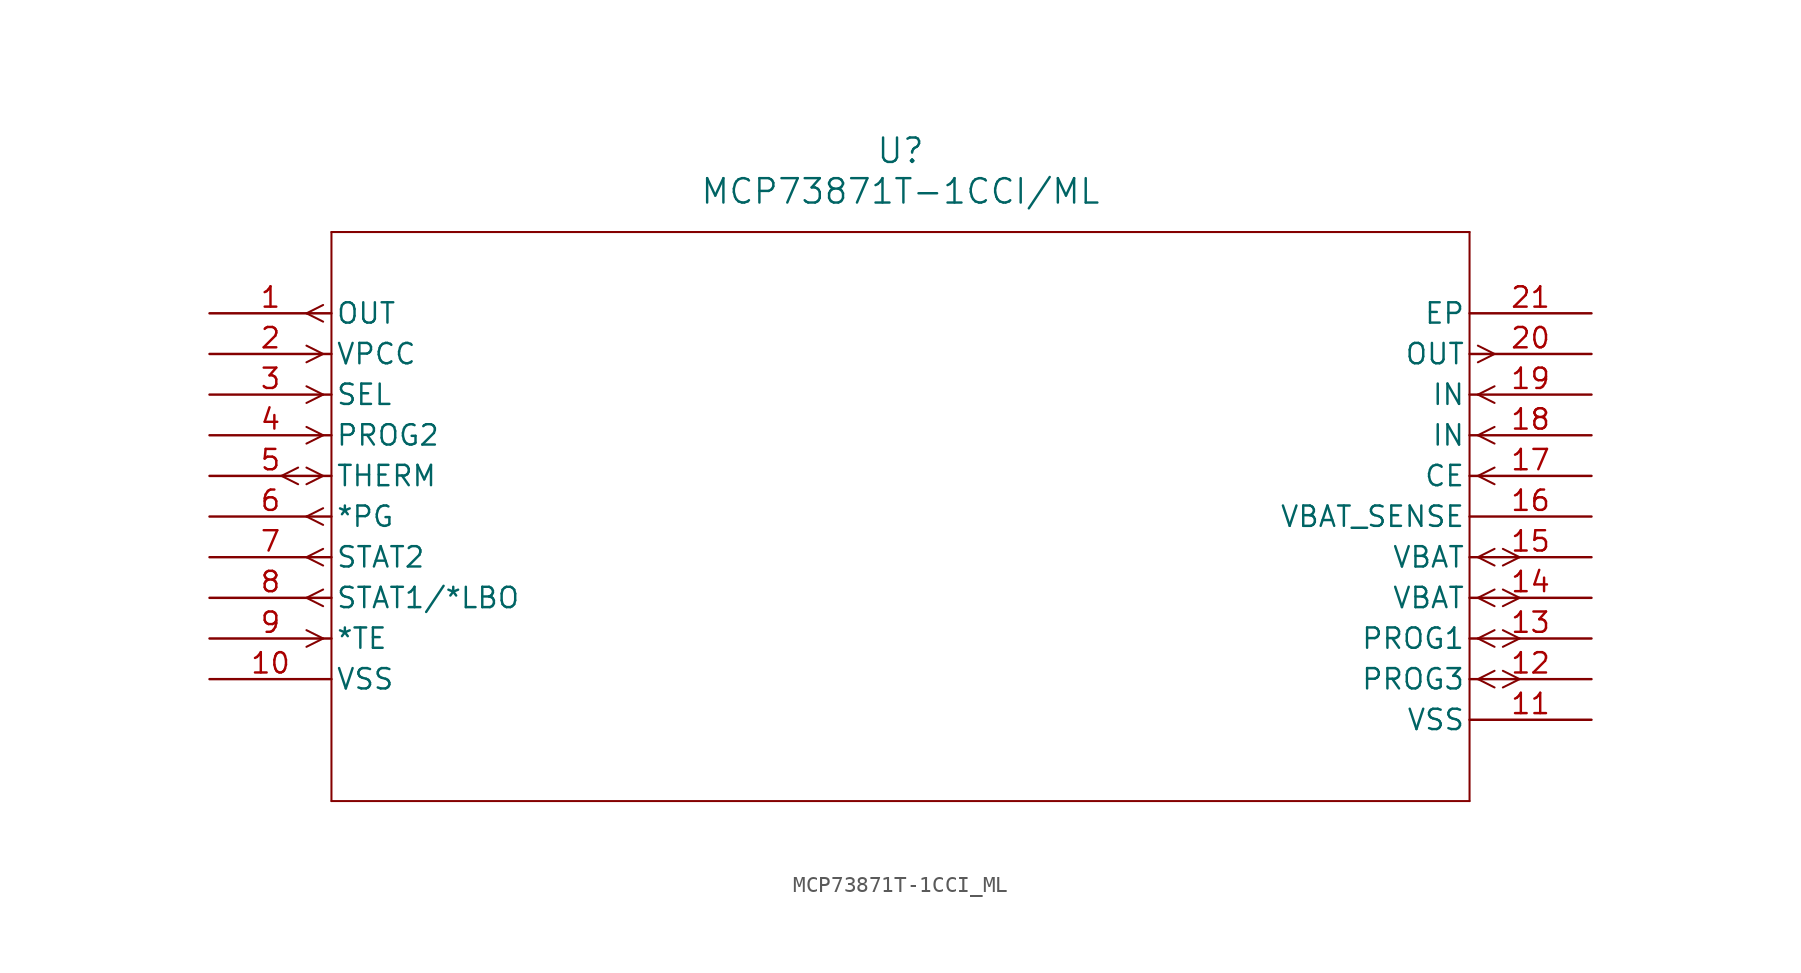
<source format=kicad_sym>
(kicad_symbol_lib
  (version 20211014)
  (generator kicad_symbol_editor)
  (symbol "MCP73871T-1CCI_ML"
    (pin_names
      (offset 0.254))
    (property "Reference" "U"
      (at 43.18 10.16 0)
      (effects (font (size 1.524 1.524))))
    (property "Value" "MCP73871T-1CCI/ML"
      (at 43.18 7.62 0)
      (effects (font (size 1.524 1.524))))
    (symbol "MCP73871T-1CCI_ML_0_1"
      (polyline (pts (xy 7.099 0.521) (xy 6.058 0)) (stroke (width 0.127) (type default) (color 0 0 0 0)) (fill (type none)))
      (polyline (pts (xy 7.099 -0.521) (xy 6.058 0)) (stroke (width 0.127) (type default) (color 0 0 0 0)) (fill (type none)))
      (polyline (pts (xy 7.099 -2.54) (xy 6.058 -2.019)) (stroke (width 0.127) (type default) (color 0 0 0 0)) (fill (type none)))
      (polyline (pts (xy 7.099 -2.54) (xy 6.058 -3.061)) (stroke (width 0.127) (type default) (color 0 0 0 0)) (fill (type none)))
      (polyline (pts (xy 7.099 -5.08) (xy 6.058 -4.559)) (stroke (width 0.127) (type default) (color 0 0 0 0)) (fill (type none)))
      (polyline (pts (xy 7.099 -5.08) (xy 6.058 -5.601)) (stroke (width 0.127) (type default) (color 0 0 0 0)) (fill (type none)))
      (polyline (pts (xy 7.099 -7.62) (xy 6.058 -7.099)) (stroke (width 0.127) (type default) (color 0 0 0 0)) (fill (type none)))
      (polyline (pts (xy 7.099 -7.62) (xy 6.058 -8.141)) (stroke (width 0.127) (type default) (color 0 0 0 0)) (fill (type none)))
      (polyline (pts (xy 7.099 -10.16) (xy 6.058 -9.639)) (stroke (width 0.127) (type default) (color 0 0 0 0)) (fill (type none)))
      (polyline (pts (xy 7.099 -10.16) (xy 6.058 -10.681)) (stroke (width 0.127) (type default) (color 0 0 0 0)) (fill (type none)))
      (polyline (pts (xy 5.537 -9.639) (xy 4.496 -10.16)) (stroke (width 0.127) (type default) (color 0 0 0 0)) (fill (type none)))
      (polyline (pts (xy 5.537 -10.681) (xy 4.496 -10.16)) (stroke (width 0.127) (type default) (color 0 0 0 0)) (fill (type none)))
      (polyline (pts (xy 7.099 -12.179) (xy 6.058 -12.7)) (stroke (width 0.127) (type default) (color 0 0 0 0)) (fill (type none)))
      (polyline (pts (xy 7.099 -13.221) (xy 6.058 -12.7)) (stroke (width 0.127) (type default) (color 0 0 0 0)) (fill (type none)))
      (polyline (pts (xy 7.099 -14.719) (xy 6.058 -15.24)) (stroke (width 0.127) (type default) (color 0 0 0 0)) (fill (type none)))
      (polyline (pts (xy 7.099 -15.761) (xy 6.058 -15.24)) (stroke (width 0.127) (type default) (color 0 0 0 0)) (fill (type none)))
      (polyline (pts (xy 7.099 -17.259) (xy 6.058 -17.78)) (stroke (width 0.127) (type default) (color 0 0 0 0)) (fill (type none)))
      (polyline (pts (xy 7.099 -18.301) (xy 6.058 -17.78)) (stroke (width 0.127) (type default) (color 0 0 0 0)) (fill (type none)))
      (polyline (pts (xy 7.099 -20.32) (xy 6.058 -19.799)) (stroke (width 0.127) (type default) (color 0 0 0 0)) (fill (type none)))
      (polyline (pts (xy 7.099 -20.32) (xy 6.058 -20.841)) (stroke (width 0.127) (type default) (color 0 0 0 0)) (fill (type none)))
      (polyline (pts (xy 79.261 -22.86) (xy 80.302 -22.339)) (stroke (width 0.127) (type default) (color 0 0 0 0)) (fill (type none)))
      (polyline (pts (xy 79.261 -22.86) (xy 80.302 -23.381)) (stroke (width 0.127) (type default) (color 0 0 0 0)) (fill (type none)))
      (polyline (pts (xy 80.823 -22.339) (xy 81.864 -22.86)) (stroke (width 0.127) (type default) (color 0 0 0 0)) (fill (type none)))
      (polyline (pts (xy 80.823 -23.381) (xy 81.864 -22.86)) (stroke (width 0.127) (type default) (color 0 0 0 0)) (fill (type none)))
      (polyline (pts (xy 79.261 -20.32) (xy 80.302 -19.799)) (stroke (width 0.127) (type default) (color 0 0 0 0)) (fill (type none)))
      (polyline (pts (xy 79.261 -20.32) (xy 80.302 -20.841)) (stroke (width 0.127) (type default) (color 0 0 0 0)) (fill (type none)))
      (polyline (pts (xy 80.823 -19.799) (xy 81.864 -20.32)) (stroke (width 0.127) (type default) (color 0 0 0 0)) (fill (type none)))
      (polyline (pts (xy 80.823 -20.841) (xy 81.864 -20.32)) (stroke (width 0.127) (type default) (color 0 0 0 0)) (fill (type none)))
      (polyline (pts (xy 79.261 -17.78) (xy 80.302 -17.259)) (stroke (width 0.127) (type default) (color 0 0 0 0)) (fill (type none)))
      (polyline (pts (xy 79.261 -17.78) (xy 80.302 -18.301)) (stroke (width 0.127) (type default) (color 0 0 0 0)) (fill (type none)))
      (polyline (pts (xy 80.823 -17.259) (xy 81.864 -17.78)) (stroke (width 0.127) (type default) (color 0 0 0 0)) (fill (type none)))
      (polyline (pts (xy 80.823 -18.301) (xy 81.864 -17.78)) (stroke (width 0.127) (type default) (color 0 0 0 0)) (fill (type none)))
      (polyline (pts (xy 79.261 -15.24) (xy 80.302 -14.719)) (stroke (width 0.127) (type default) (color 0 0 0 0)) (fill (type none)))
      (polyline (pts (xy 79.261 -15.24) (xy 80.302 -15.761)) (stroke (width 0.127) (type default) (color 0 0 0 0)) (fill (type none)))
      (polyline (pts (xy 80.823 -14.719) (xy 81.864 -15.24)) (stroke (width 0.127) (type default) (color 0 0 0 0)) (fill (type none)))
      (polyline (pts (xy 80.823 -15.761) (xy 81.864 -15.24)) (stroke (width 0.127) (type default) (color 0 0 0 0)) (fill (type none)))
      (polyline (pts (xy 79.261 -10.16) (xy 80.302 -9.639)) (stroke (width 0.127) (type default) (color 0 0 0 0)) (fill (type none)))
      (polyline (pts (xy 79.261 -10.16) (xy 80.302 -10.681)) (stroke (width 0.127) (type default) (color 0 0 0 0)) (fill (type none)))
      (polyline (pts (xy 79.261 -7.62) (xy 80.302 -7.099)) (stroke (width 0.127) (type default) (color 0 0 0 0)) (fill (type none)))
      (polyline (pts (xy 79.261 -7.62) (xy 80.302 -8.141)) (stroke (width 0.127) (type default) (color 0 0 0 0)) (fill (type none)))
      (polyline (pts (xy 79.261 -5.08) (xy 80.302 -4.559)) (stroke (width 0.127) (type default) (color 0 0 0 0)) (fill (type none)))
      (polyline (pts (xy 79.261 -5.08) (xy 80.302 -5.601)) (stroke (width 0.127) (type default) (color 0 0 0 0)) (fill (type none)))
      (polyline (pts (xy 79.261 -2.019) (xy 80.302 -2.54)) (stroke (width 0.127) (type default) (color 0 0 0 0)) (fill (type none)))
      (polyline (pts (xy 79.261 -3.061) (xy 80.302 -2.54)) (stroke (width 0.127) (type default) (color 0 0 0 0)) (fill (type none)))
      (polyline (pts (xy 7.62 5.08) (xy 7.62 -30.48)) (stroke (width 0.127) (type default) (color 0 0 0 0)) (fill (type none)))
      (polyline (pts (xy 7.62 -30.48) (xy 78.74 -30.48)) (stroke (width 0.127) (type default) (color 0 0 0 0)) (fill (type none)))
      (polyline (pts (xy 78.74 -30.48) (xy 78.74 5.08)) (stroke (width 0.127) (type default) (color 0 0 0 0)) (fill (type none)))
      (polyline (pts (xy 78.74 5.08) (xy 7.62 5.08)) (stroke (width 0.127) (type default) (color 0 0 0 0)) (fill (type none)))
      (pin output line (at 0 0 0) (length 7.62) (name "OUT" (effects (font (size 1.27 1.27)))) (number "1" (effects (font (size 1.27 1.27)))))
      (pin input line (at 0 -2.54 0) (length 7.62) (name "VPCC" (effects (font (size 1.27 1.27)))) (number "2" (effects (font (size 1.27 1.27)))))
      (pin input line (at 0 -5.08 0) (length 7.62) (name "SEL" (effects (font (size 1.27 1.27)))) (number "3" (effects (font (size 1.27 1.27)))))
      (pin input line (at 0 -7.62 0) (length 7.62) (name "PROG2" (effects (font (size 1.27 1.27)))) (number "4" (effects (font (size 1.27 1.27)))))
      (pin bidirectional line (at 0 -10.16 0) (length 7.62) (name "THERM" (effects (font (size 1.27 1.27)))) (number "5" (effects (font (size 1.27 1.27)))))
      (pin output line (at 0 -12.7 0) (length 7.62) (name "*PG" (effects (font (size 1.27 1.27)))) (number "6" (effects (font (size 1.27 1.27)))))
      (pin output line (at 0 -15.24 0) (length 7.62) (name "STAT2" (effects (font (size 1.27 1.27)))) (number "7" (effects (font (size 1.27 1.27)))))
      (pin output line (at 0 -17.78 0) (length 7.62) (name "STAT1/*LBO" (effects (font (size 1.27 1.27)))) (number "8" (effects (font (size 1.27 1.27)))))
      (pin input line (at 0 -20.32 0) (length 7.62) (name "*TE" (effects (font (size 1.27 1.27)))) (number "9" (effects (font (size 1.27 1.27)))))
      (pin power_in line (at 0 -22.86 0) (length 7.62) (name "VSS" (effects (font (size 1.27 1.27)))) (number "10" (effects (font (size 1.27 1.27)))))
      (pin power_in line (at 86.36 -25.4 180) (length 7.62) (name "VSS" (effects (font (size 1.27 1.27)))) (number "11" (effects (font (size 1.27 1.27)))))
      (pin bidirectional line (at 86.36 -22.86 180) (length 7.62) (name "PROG3" (effects (font (size 1.27 1.27)))) (number "12" (effects (font (size 1.27 1.27)))))
      (pin bidirectional line (at 86.36 -20.32 180) (length 7.62) (name "PROG1" (effects (font (size 1.27 1.27)))) (number "13" (effects (font (size 1.27 1.27)))))
      (pin bidirectional line (at 86.36 -17.78 180) (length 7.62) (name "VBAT" (effects (font (size 1.27 1.27)))) (number "14" (effects (font (size 1.27 1.27)))))
      (pin bidirectional line (at 86.36 -15.24 180) (length 7.62) (name "VBAT" (effects (font (size 1.27 1.27)))) (number "15" (effects (font (size 1.27 1.27)))))
      (pin unspecified line (at 86.36 -12.7 180) (length 7.62) (name "VBAT_SENSE" (effects (font (size 1.27 1.27)))) (number "16" (effects (font (size 1.27 1.27)))))
      (pin input line (at 86.36 -10.16 180) (length 7.62) (name "CE" (effects (font (size 1.27 1.27)))) (number "17" (effects (font (size 1.27 1.27)))))
      (pin input line (at 86.36 -7.62 180) (length 7.62) (name "IN" (effects (font (size 1.27 1.27)))) (number "18" (effects (font (size 1.27 1.27)))))
      (pin input line (at 86.36 -5.08 180) (length 7.62) (name "IN" (effects (font (size 1.27 1.27)))) (number "19" (effects (font (size 1.27 1.27)))))
      (pin output line (at 86.36 -2.54 180) (length 7.62) (name "OUT" (effects (font (size 1.27 1.27)))) (number "20" (effects (font (size 1.27 1.27)))))
      (pin unspecified line (at 86.36 0 180) (length 7.62) (name "EP" (effects (font (size 1.27 1.27)))) (number "21" (effects (font (size 1.27 1.27))))))))
</source>
